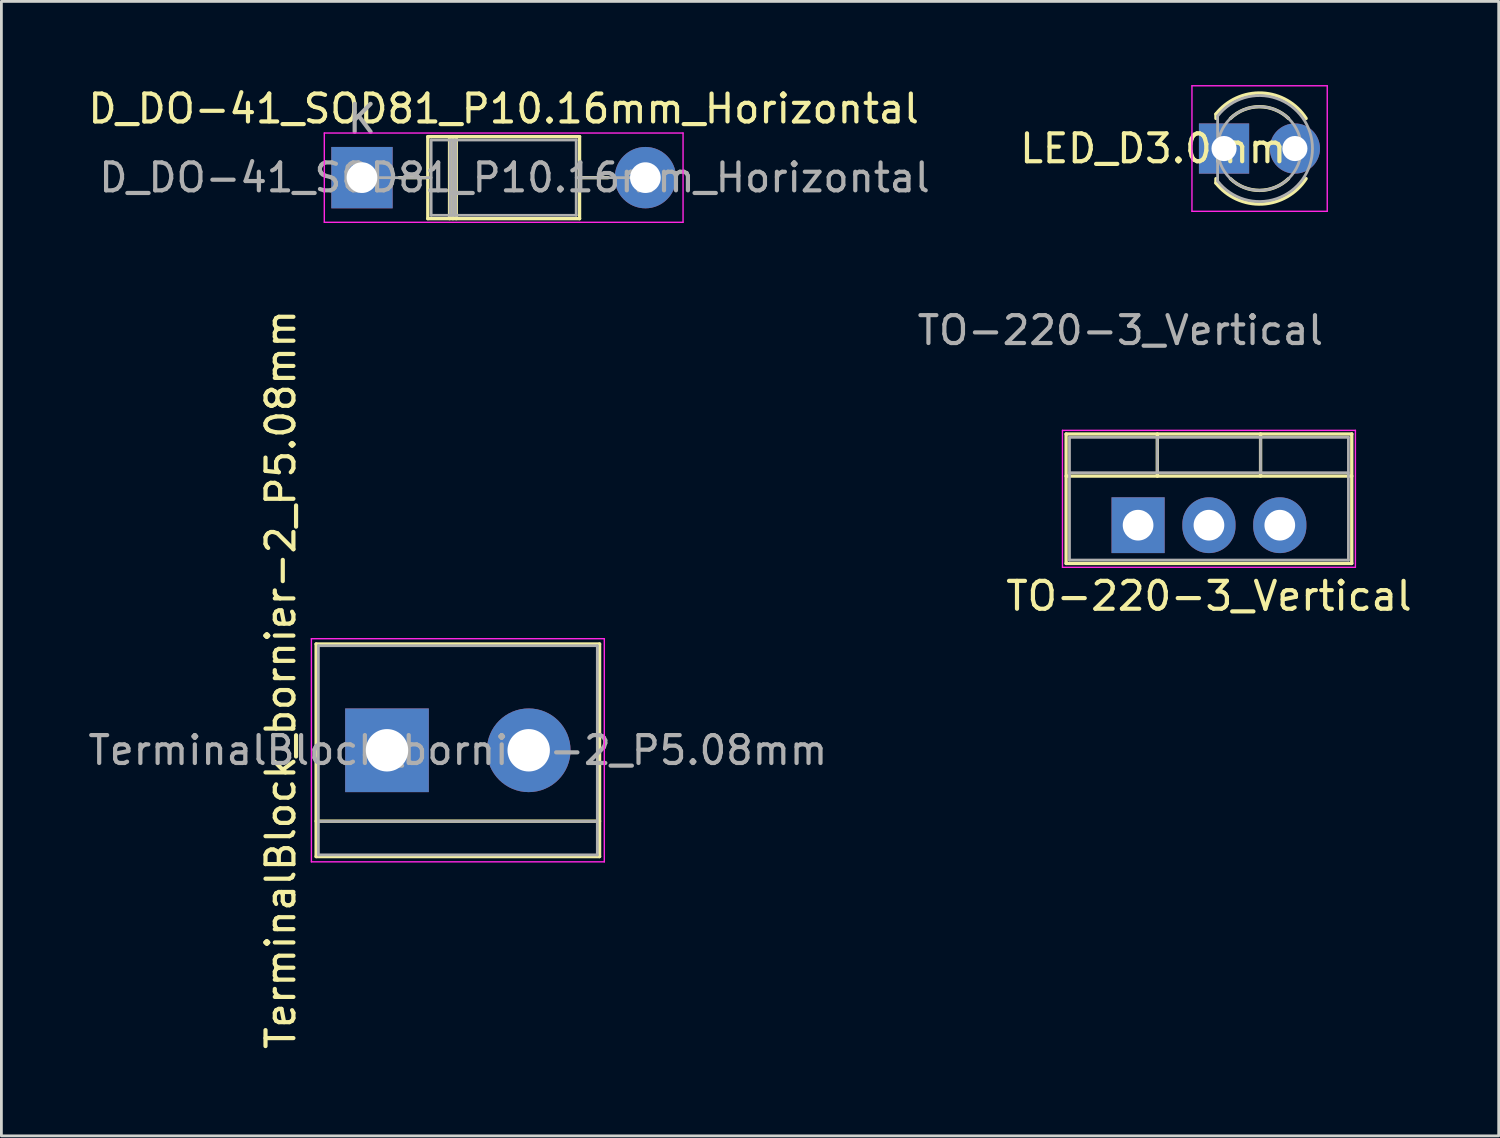
<source format=kicad_pcb>
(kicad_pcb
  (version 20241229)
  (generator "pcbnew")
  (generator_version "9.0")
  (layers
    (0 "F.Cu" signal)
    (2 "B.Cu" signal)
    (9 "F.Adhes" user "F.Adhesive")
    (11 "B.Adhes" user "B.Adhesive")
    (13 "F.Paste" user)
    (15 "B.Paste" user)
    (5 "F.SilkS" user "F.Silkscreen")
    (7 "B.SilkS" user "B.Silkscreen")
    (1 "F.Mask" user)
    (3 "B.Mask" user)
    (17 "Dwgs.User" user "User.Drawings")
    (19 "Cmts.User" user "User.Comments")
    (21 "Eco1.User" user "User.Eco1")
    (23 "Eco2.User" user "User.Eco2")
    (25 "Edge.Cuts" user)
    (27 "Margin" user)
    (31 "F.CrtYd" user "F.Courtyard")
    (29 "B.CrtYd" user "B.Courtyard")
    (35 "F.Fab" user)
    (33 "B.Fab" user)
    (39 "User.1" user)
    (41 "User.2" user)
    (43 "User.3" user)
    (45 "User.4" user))
  (footprint "D_DO-41_SOD81_P10.16mm_Horizontal"
    (layer "F.Cu")
    (at 9.926 3.318)
    (property "Reference" "D_DO-41_SOD81_P10.16mm_Horizontal" (at 5.08 -2.47 0) (layer "F.SilkS") (effects (font (size 1 1) (thickness 0.15))))
    (attr through_hole)
    (fp_line (start 1.34 0) (end 2.36 0) (stroke (width 0.12) (type solid)) (layer "F.SilkS"))
    (fp_line (start 2.36 -1.47) (end 2.36 1.47) (stroke (width 0.12) (type solid)) (layer "F.SilkS"))
    (fp_line (start 2.36 1.47) (end 7.8 1.47) (stroke (width 0.12) (type solid)) (layer "F.SilkS"))
    (fp_line (start 3.14 -1.47) (end 3.14 1.47) (stroke (width 0.12) (type solid)) (layer "F.SilkS"))
    (fp_line (start 3.26 -1.47) (end 3.26 1.47) (stroke (width 0.12) (type solid)) (layer "F.SilkS"))
    (fp_line (start 3.38 -1.47) (end 3.38 1.47) (stroke (width 0.12) (type solid)) (layer "F.SilkS"))
    (fp_line (start 7.8 -1.47) (end 2.36 -1.47) (stroke (width 0.12) (type solid)) (layer "F.SilkS"))
    (fp_line (start 7.8 1.47) (end 7.8 -1.47) (stroke (width 0.12) (type solid)) (layer "F.SilkS"))
    (fp_line (start 8.82 0) (end 7.8 0) (stroke (width 0.12) (type solid)) (layer "F.SilkS"))
    (fp_line (start -1.35 -1.6) (end -1.35 1.6) (stroke (width 0.05) (type solid)) (layer "F.CrtYd"))
    (fp_line (start -1.35 1.6) (end 11.51 1.6) (stroke (width 0.05) (type solid)) (layer "F.CrtYd"))
    (fp_line (start 11.51 -1.6) (end -1.35 -1.6) (stroke (width 0.05) (type solid)) (layer "F.CrtYd"))
    (fp_line (start 11.51 1.6) (end 11.51 -1.6) (stroke (width 0.05) (type solid)) (layer "F.CrtYd"))
    (fp_line (start 0 0) (end 2.48 0) (stroke (width 0.1) (type solid)) (layer "F.Fab"))
    (fp_line (start 2.48 -1.35) (end 2.48 1.35) (stroke (width 0.1) (type solid)) (layer "F.Fab"))
    (fp_line (start 2.48 1.35) (end 7.68 1.35) (stroke (width 0.1) (type solid)) (layer "F.Fab"))
    (fp_line (start 3.16 -1.35) (end 3.16 1.35) (stroke (width 0.1) (type solid)) (layer "F.Fab"))
    (fp_line (start 3.26 -1.35) (end 3.26 1.35) (stroke (width 0.1) (type solid)) (layer "F.Fab"))
    (fp_line (start 3.36 -1.35) (end 3.36 1.35) (stroke (width 0.1) (type solid)) (layer "F.Fab"))
    (fp_line (start 7.68 -1.35) (end 2.48 -1.35) (stroke (width 0.1) (type solid)) (layer "F.Fab"))
    (fp_line (start 7.68 1.35) (end 7.68 -1.35) (stroke (width 0.1) (type solid)) (layer "F.Fab"))
    (fp_line (start 10.16 0) (end 7.68 0) (stroke (width 0.1) (type solid)) (layer "F.Fab"))
    (fp_text user "K" (at 0 -2.1 0) (layer "F.Fab") (effects (font (size 1 1) (thickness 0.15))))
    (fp_text user "${REFERENCE}" (at 5.47 0 0) (layer "F.Fab") (effects (font (size 1 1) (thickness 0.15))))
    (pad "1" thru_hole rect (at 0 0) (size 2.2 2.2) (drill 1.1) (layers "*.Cu" "*.Mask"))
    (pad "2" thru_hole oval (at 10.16 0) (size 2.2 2.2) (drill 1.1) (layers "*.Cu" "*.Mask")))
  (footprint "TerminalBlock_bornier-2_P5.08mm"
    (layer "F.Cu")
    (at 10.823 23.846)
    (property "Reference" "TerminalBlock_bornier-2_P5.08mm" (at -3.81 -2.54 270) (layer "F.SilkS") (effects (font (size 1 1) (thickness 0.15))))
    (attr through_hole)
    (fp_line (start -2.54 -3.81) (end -2.54 3.81) (stroke (width 0.12) (type solid)) (layer "F.SilkS"))
    (fp_line (start -2.54 3.81) (end 7.62 3.81) (stroke (width 0.12) (type solid)) (layer "F.SilkS"))
    (fp_line (start 7.62 -3.81) (end -2.54 -3.81) (stroke (width 0.12) (type solid)) (layer "F.SilkS"))
    (fp_line (start 7.62 2.54) (end -2.54 2.54) (stroke (width 0.12) (type solid)) (layer "F.SilkS"))
    (fp_line (start 7.62 3.81) (end 7.62 -3.81) (stroke (width 0.12) (type solid)) (layer "F.SilkS"))
    (fp_line (start -2.71 -4) (end -2.71 4) (stroke (width 0.05) (type solid)) (layer "F.CrtYd"))
    (fp_line (start -2.71 -4) (end 7.79 -4) (stroke (width 0.05) (type solid)) (layer "F.CrtYd"))
    (fp_line (start 7.79 4) (end -2.71 4) (stroke (width 0.05) (type solid)) (layer "F.CrtYd"))
    (fp_line (start 7.79 4) (end 7.79 -4) (stroke (width 0.05) (type solid)) (layer "F.CrtYd"))
    (fp_line (start -2.46 -3.75) (end -2.46 3.75) (stroke (width 0.1) (type solid)) (layer "F.Fab"))
    (fp_line (start -2.46 3.75) (end 7.54 3.75) (stroke (width 0.1) (type solid)) (layer "F.Fab"))
    (fp_line (start -2.41 2.55) (end 7.49 2.55) (stroke (width 0.1) (type solid)) (layer "F.Fab"))
    (fp_line (start 7.54 -3.75) (end -2.46 -3.75) (stroke (width 0.1) (type solid)) (layer "F.Fab"))
    (fp_line (start 7.54 3.75) (end 7.54 -3.75) (stroke (width 0.1) (type solid)) (layer "F.Fab"))
    (fp_text user "${REFERENCE}" (at 2.54 0 0) (layer "F.Fab") (effects (font (size 1 1) (thickness 0.15))))
    (pad "1" thru_hole rect (at 0 0) (size 3 3) (drill 1.52) (layers "*.Cu" "*.Mask"))
    (pad "2" thru_hole circle (at 5.08 0) (size 3 3) (drill 1.52) (layers "*.Cu" "*.Mask")))
  (footprint "TO-220-3_Vertical"
    (layer "F.Cu")
    (at 37.748 15.777)
    (property "Reference" "TO-220-3_Vertical" (at 2.54 2.54 0) (layer "F.SilkS") (effects (font (size 1 1) (thickness 0.15))))
    (attr through_hole)
    (fp_line (start -2.58 -3.27) (end -2.58 1.371) (stroke (width 0.12) (type solid)) (layer "F.SilkS"))
    (fp_line (start -2.58 -3.27) (end 7.66 -3.27) (stroke (width 0.12) (type solid)) (layer "F.SilkS"))
    (fp_line (start -2.58 -1.76) (end 7.66 -1.76) (stroke (width 0.12) (type solid)) (layer "F.SilkS"))
    (fp_line (start -2.58 1.371) (end 7.66 1.371) (stroke (width 0.12) (type solid)) (layer "F.SilkS"))
    (fp_line (start 0.69 -3.27) (end 0.69 -1.76) (stroke (width 0.12) (type solid)) (layer "F.SilkS"))
    (fp_line (start 4.391 -3.27) (end 4.391 -1.76) (stroke (width 0.12) (type solid)) (layer "F.SilkS"))
    (fp_line (start 7.66 -3.27) (end 7.66 1.371) (stroke (width 0.12) (type solid)) (layer "F.SilkS"))
    (fp_line (start -2.71 -3.4) (end -2.71 1.51) (stroke (width 0.05) (type solid)) (layer "F.CrtYd"))
    (fp_line (start -2.71 1.51) (end 7.79 1.51) (stroke (width 0.05) (type solid)) (layer "F.CrtYd"))
    (fp_line (start 7.79 -3.4) (end -2.71 -3.4) (stroke (width 0.05) (type solid)) (layer "F.CrtYd"))
    (fp_line (start 7.79 1.51) (end 7.79 -3.4) (stroke (width 0.05) (type solid)) (layer "F.CrtYd"))
    (fp_line (start -2.46 -3.15) (end -2.46 1.25) (stroke (width 0.1) (type solid)) (layer "F.Fab"))
    (fp_line (start -2.46 -1.88) (end 7.54 -1.88) (stroke (width 0.1) (type solid)) (layer "F.Fab"))
    (fp_line (start -2.46 1.25) (end 7.54 1.25) (stroke (width 0.1) (type solid)) (layer "F.Fab"))
    (fp_line (start 0.69 -3.15) (end 0.69 -1.88) (stroke (width 0.1) (type solid)) (layer "F.Fab"))
    (fp_line (start 4.39 -3.15) (end 4.39 -1.88) (stroke (width 0.1) (type solid)) (layer "F.Fab"))
    (fp_line (start 7.54 -3.15) (end -2.46 -3.15) (stroke (width 0.1) (type solid)) (layer "F.Fab"))
    (fp_line (start 7.54 1.25) (end 7.54 -3.15) (stroke (width 0.1) (type solid)) (layer "F.Fab"))
    (fp_text user "${REFERENCE}" (at -0.635 -6.985 0) (layer "F.Fab") (effects (font (size 1 1) (thickness 0.15))))
    (pad "1" thru_hole rect (at 0 0) (size 1.905 2) (drill 1.1) (layers "*.Cu" "*.Mask"))
    (pad "2" thru_hole oval (at 2.54 0) (size 1.905 2) (drill 1.1) (layers "*.Cu" "*.Mask"))
    (pad "3" thru_hole oval (at 5.08 0) (size 1.905 2) (drill 1.1) (layers "*.Cu" "*.Mask")))
  (footprint "LED_D3.0mm"
    (layer "F.Cu")
    (at 40.829 2.275)
    (property "Reference" "LED_D3.0mm" (at -2.54 0 0) (layer "F.SilkS") (effects (font (size 1 1) (thickness 0.15))))
    (attr through_hole)
    (fp_line (start -0.29 -1.236) (end -0.29 -1.08) (stroke (width 0.12) (type solid)) (layer "F.SilkS"))
    (fp_line (start -0.29 1.08) (end -0.29 1.236) (stroke (width 0.12) (type solid)) (layer "F.SilkS"))
    (fp_arc (start -0.29 -1.235516) (mid 1.366487 -1.987659) (end 2.942335 -1.078608) (stroke (width 0.12) (type solid)) (layer "F.SilkS"))
    (fp_arc (start 0.229039 -1.08) (mid 1.270117 -1.5) (end 2.31113 -1.079837) (stroke (width 0.12) (type solid)) (layer "F.SilkS"))
    (fp_arc (start 2.31113 1.079837) (mid 1.270117 1.5) (end 0.229039 1.08) (stroke (width 0.12) (type solid)) (layer "F.SilkS"))
    (fp_arc (start 2.942335 1.078608) (mid 1.366487 1.987659) (end -0.29 1.235516) (stroke (width 0.12) (type solid)) (layer "F.SilkS"))
    (fp_line (start -1.15 -2.25) (end -1.15 2.25) (stroke (width 0.05) (type solid)) (layer "F.CrtYd"))
    (fp_line (start -1.15 2.25) (end 3.7 2.25) (stroke (width 0.05) (type solid)) (layer "F.CrtYd"))
    (fp_line (start 3.7 -2.25) (end -1.15 -2.25) (stroke (width 0.05) (type solid)) (layer "F.CrtYd"))
    (fp_line (start 3.7 2.25) (end 3.7 -2.25) (stroke (width 0.05) (type solid)) (layer "F.CrtYd"))
    (fp_line (start -0.23 -1.166) (end -0.23 1.166) (stroke (width 0.1) (type solid)) (layer "F.Fab"))
    (fp_arc (start -0.23 -1.16619) (mid 3.17 0.000452) (end -0.230555 1.165476) (stroke (width 0.1) (type solid)) (layer "F.Fab"))
    (fp_circle (center 1.27 0) (end 2.77 0) (stroke (width 0.1) (type solid)) (fill no) (layer "F.Fab"))
    (pad "1" thru_hole rect (at 0 0) (size 1.8 1.8) (drill 0.9) (layers "*.Cu" "*.Mask"))
    (pad "2" thru_hole circle (at 2.54 0) (size 1.8 1.8) (drill 0.9) (layers "*.Cu" "*.Mask")))
  (gr_rect
    (start -3 -3)
    (end 50.675 37.669)
    (stroke (width 0.1) (type default))
    (fill no)
    (layer "Edge.Cuts")))
</source>
